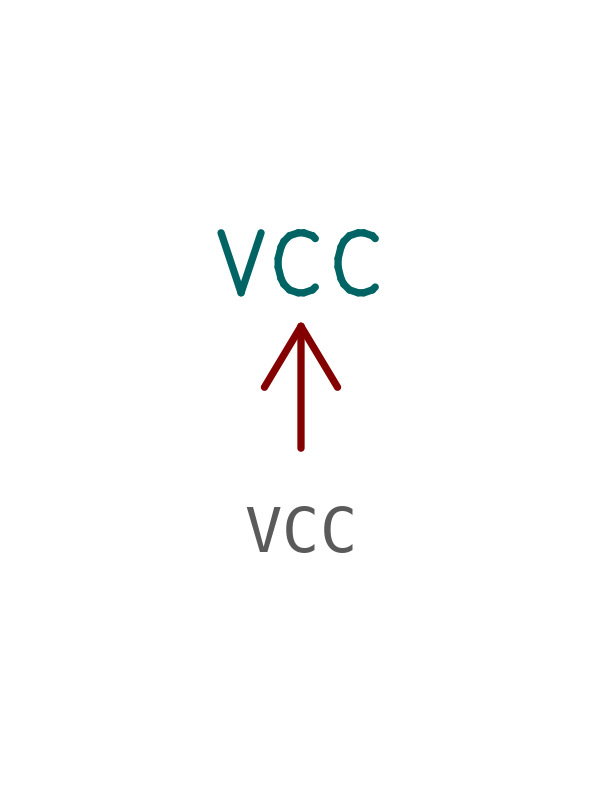
<source format=kicad_sym>
(kicad_symbol_lib
  (version 20231120)
  (generator "kicad_symbol_editor")
  (generator_version "8.0")
  (symbol "VCC"
    (power)
    (pin_numbers hide)
    (pin_names
      (offset 0) hide)
    (property "Reference" "#PWR"
      (at 0 -12 0)
      (effects (font (size 1.25 1.25)) (hide yes)))
    (property "Value" "VCC"
      (at 0 3.81 0)
      (do_not_autoplace)
      (effects (font (size 1.25 1.25))))
    (symbol "VCC_0_1"
      (polyline (pts (xy -0.762 1.27) (xy 0 2.54)) (stroke (width 0) (type default)) (fill (type none)))
      (polyline (pts (xy 0 0) (xy 0 2.54)) (stroke (width 0) (type default)) (fill (type none)))
      (polyline (pts (xy 0 2.54) (xy 0.762 1.27)) (stroke (width 0) (type default)) (fill (type none))))
    (symbol "VCC_1_1"
      (pin power_in line (at 0 0 90) (length 0) hide (name "VCC" (effects (font (size 1.25 1.25)))) (number "1" (effects (font (size 1.25 1.25))))))))
</source>
